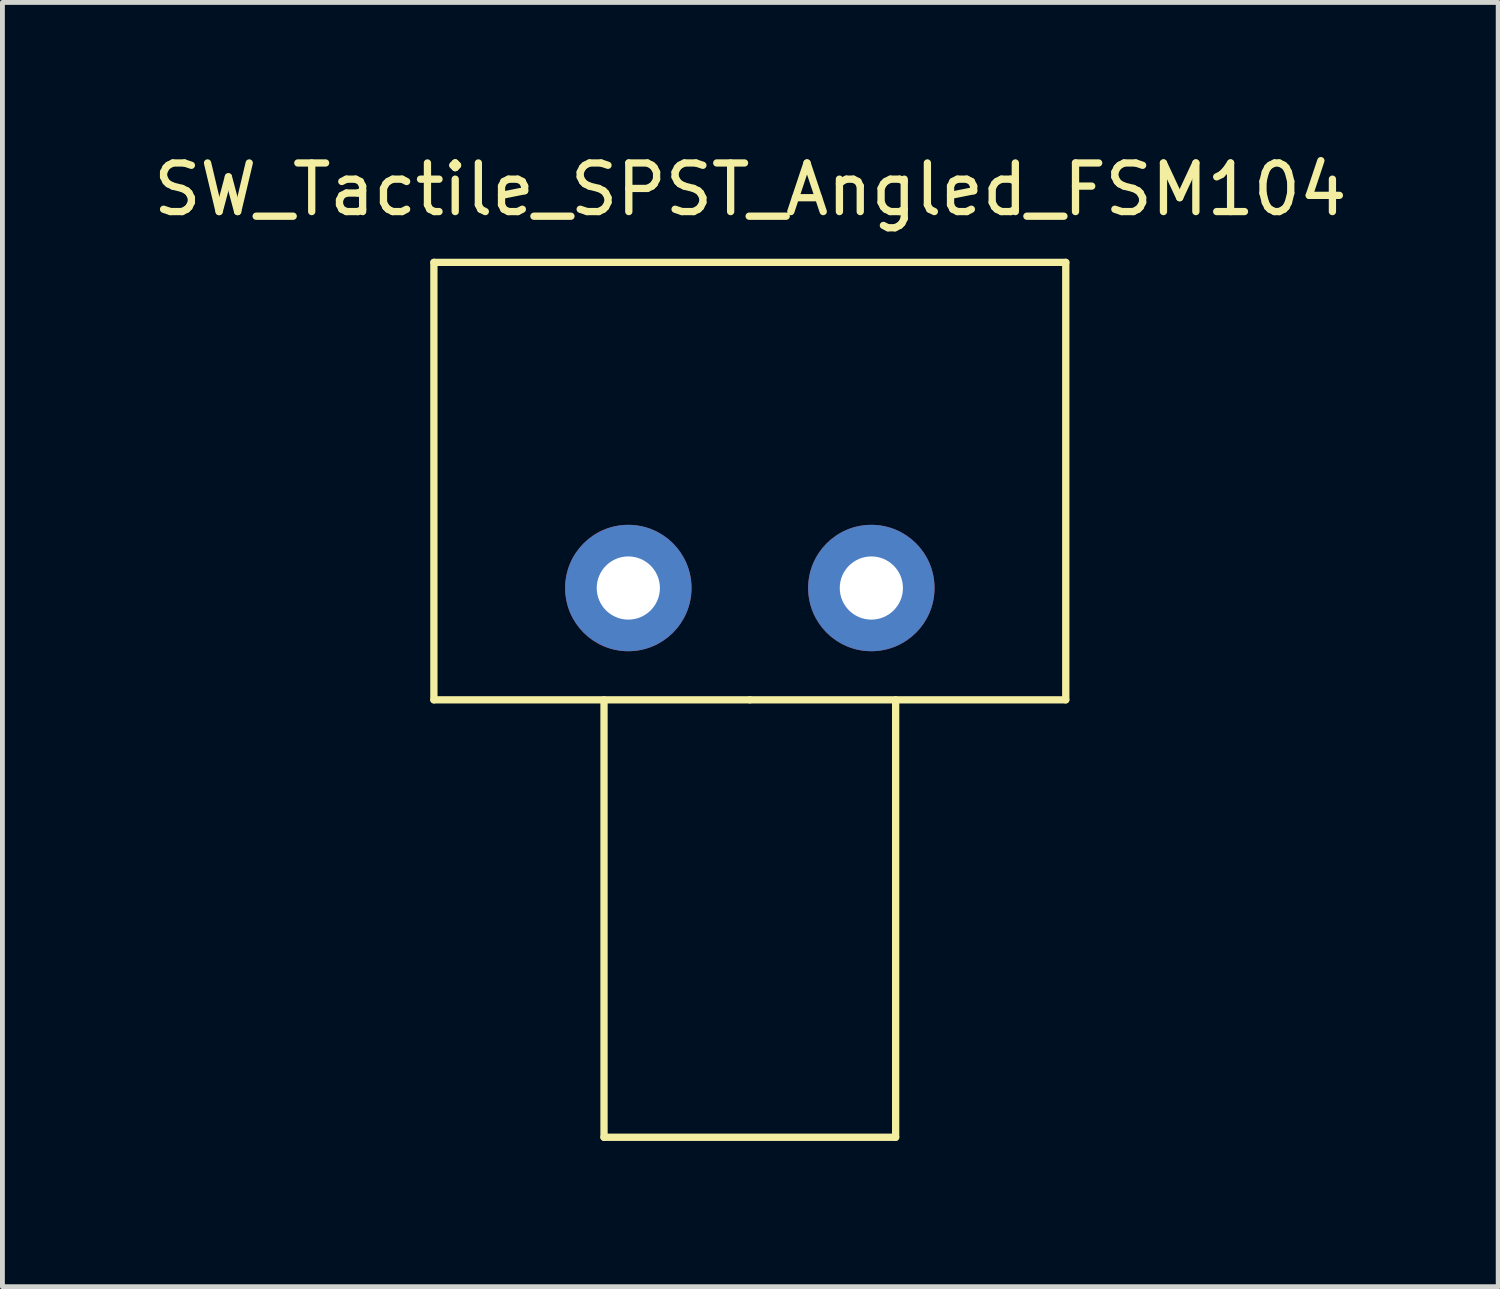
<source format=kicad_pcb>
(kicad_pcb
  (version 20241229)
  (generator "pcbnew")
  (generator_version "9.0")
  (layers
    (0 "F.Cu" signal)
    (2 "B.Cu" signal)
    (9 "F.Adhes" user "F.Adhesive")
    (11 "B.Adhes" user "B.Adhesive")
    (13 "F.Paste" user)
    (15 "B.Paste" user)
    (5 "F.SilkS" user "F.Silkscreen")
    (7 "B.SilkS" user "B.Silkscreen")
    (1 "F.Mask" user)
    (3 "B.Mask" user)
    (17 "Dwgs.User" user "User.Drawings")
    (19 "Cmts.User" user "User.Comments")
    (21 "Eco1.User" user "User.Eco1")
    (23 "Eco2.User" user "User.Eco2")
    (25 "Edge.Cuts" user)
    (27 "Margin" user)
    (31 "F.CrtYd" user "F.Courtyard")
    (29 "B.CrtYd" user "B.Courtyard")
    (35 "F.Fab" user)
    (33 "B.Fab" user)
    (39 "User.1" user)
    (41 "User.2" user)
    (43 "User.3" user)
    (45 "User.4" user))
  (footprint "SW_Tactile_SPST_Angled_FSM104"
    (layer "F.Cu")
    (at 12.377 9.048)
    (property "Reference" "SW_Tactile_SPST_Angled_FSM104" (at 0.01 -8.2 0) (layer "F.SilkS") (effects (font (size 1 1) (thickness 0.15))))
    (attr through_hole)
    (fp_line (start -6.5 -6.7) (end 6.5 -6.7) (stroke (width 0.15) (type solid)) (layer "F.SilkS"))
    (fp_line (start -6.5 2.3) (end -6.5 -6.7) (stroke (width 0.15) (type solid)) (layer "F.SilkS"))
    (fp_line (start -3 11.3) (end -3 2.3) (stroke (width 0.15) (type solid)) (layer "F.SilkS"))
    (fp_line (start 0 2.3) (end -6.5 2.3) (stroke (width 0.15) (type solid)) (layer "F.SilkS"))
    (fp_line (start 0 2.3) (end 6.5 2.3) (stroke (width 0.15) (type solid)) (layer "F.SilkS"))
    (fp_line (start 3 2.3) (end 3 11.3) (stroke (width 0.15) (type solid)) (layer "F.SilkS"))
    (fp_line (start 3 11.3) (end -3 11.3) (stroke (width 0.15) (type solid)) (layer "F.SilkS"))
    (fp_line (start 6.5 2.3) (end 6.5 -6.7) (stroke (width 0.15) (type solid)) (layer "F.SilkS"))
    (fp_line (start -5.78 -3.8) (end -5.78 -1.62) (stroke (width 0.15) (type solid)) (layer "Eco2.User"))
    (fp_line (start -5.78 -1.62) (end -4.61 -1.62) (stroke (width 0.15) (type solid)) (layer "Eco2.User"))
    (fp_line (start -4.61 -3.8) (end -5.77 -3.8) (stroke (width 0.15) (type solid)) (layer "Eco2.User"))
    (fp_line (start -4.61 -1.63) (end -4.61 -3.8) (stroke (width 0.15) (type solid)) (layer "Eco2.User"))
    (fp_line (start 4.59 -3.85) (end 4.59 -1.67) (stroke (width 0.15) (type solid)) (layer "Eco2.User"))
    (fp_line (start 4.59 -1.67) (end 5.76 -1.67) (stroke (width 0.15) (type solid)) (layer "Eco2.User"))
    (fp_line (start 5.76 -3.85) (end 4.6 -3.85) (stroke (width 0.15) (type solid)) (layer "Eco2.User"))
    (fp_line (start 5.76 -1.68) (end 5.76 -3.85) (stroke (width 0.15) (type solid)) (layer "Eco2.User"))
    (pad "1" thru_hole circle (at -2.5 0) (size 2.6 2.6) (drill 1.3) (layers "*.Cu" "*.Mask"))
    (pad "2" thru_hole circle (at 2.5 0) (size 2.6 2.6) (drill 1.3) (layers "*.Cu" "*.Mask")))
  (gr_rect
    (start -3 -3)
    (end 27.774 23.423)
    (stroke (width 0.1) (type default))
    (fill no)
    (layer "Edge.Cuts")))
</source>
